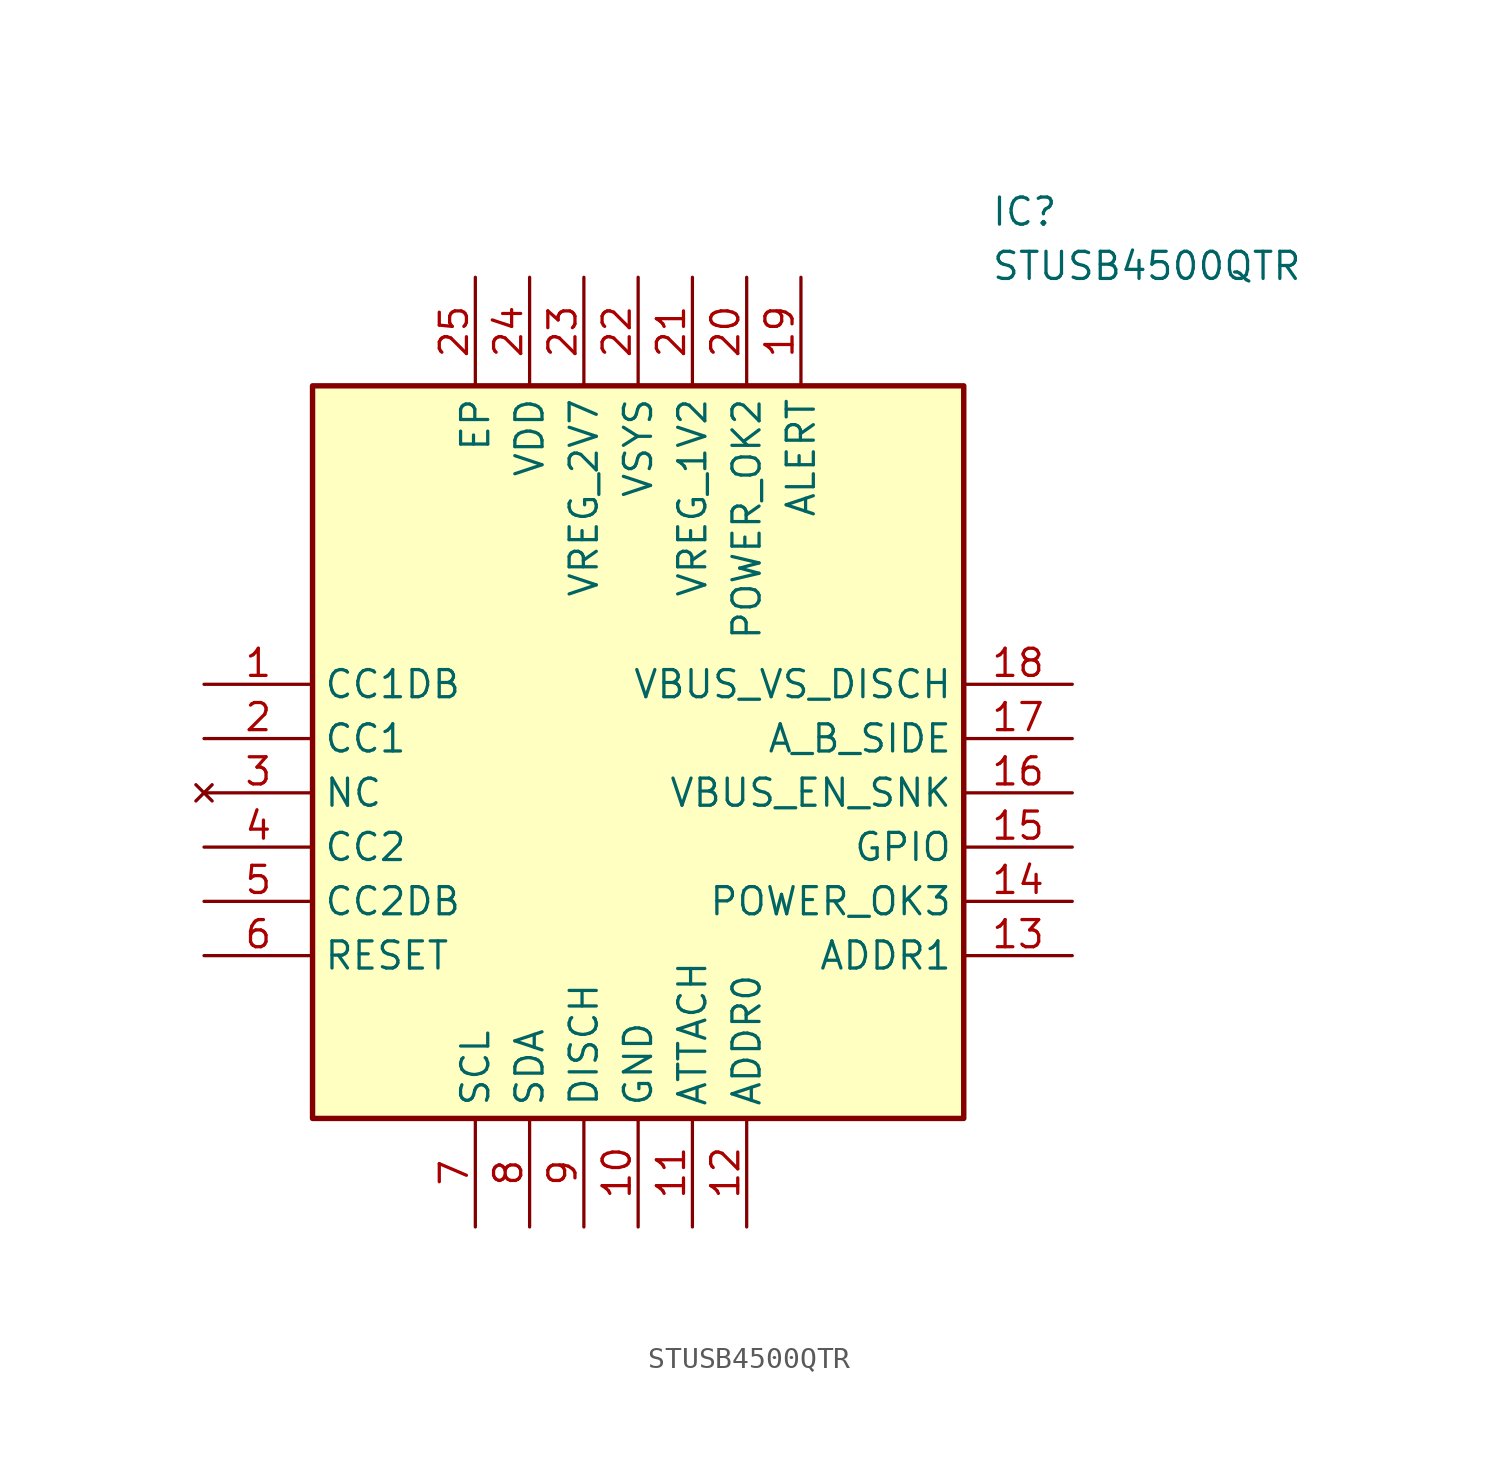
<source format=kicad_sym>
(kicad_symbol_lib
  (version 20220914)
  (generator kicad_symbol_editor)
  (symbol "STUSB4500QTR"
    (property "Reference" "IC"
      (at 36.83 22.86 0)
      (effects (font (size 1.27 1.27)) (justify left top)))
    (property "Value" "STUSB4500QTR"
      (at 36.83 20.32 0)
      (effects (font (size 1.27 1.27)) (justify left top)))
    (symbol "STUSB4500QTR_1_1"
      (rectangle (start 5.08 13.97) (end 35.56 -20.32) (stroke (width 0.254) (type default)) (fill (type background)))
      (pin passive line (at 0 0 0) (length 5.08) (name "CC1DB" (effects (font (size 1.27 1.27)))) (number "1" (effects (font (size 1.27 1.27)))))
      (pin passive line (at 20.32 -25.4 90) (length 5.08) (name "GND" (effects (font (size 1.27 1.27)))) (number "10" (effects (font (size 1.27 1.27)))))
      (pin passive line (at 22.86 -25.4 90) (length 5.08) (name "ATTACH" (effects (font (size 1.27 1.27)))) (number "11" (effects (font (size 1.27 1.27)))))
      (pin passive line (at 25.4 -25.4 90) (length 5.08) (name "ADDR0" (effects (font (size 1.27 1.27)))) (number "12" (effects (font (size 1.27 1.27)))))
      (pin passive line (at 40.64 -12.7 180) (length 5.08) (name "ADDR1" (effects (font (size 1.27 1.27)))) (number "13" (effects (font (size 1.27 1.27)))))
      (pin passive line (at 40.64 -10.16 180) (length 5.08) (name "POWER_OK3" (effects (font (size 1.27 1.27)))) (number "14" (effects (font (size 1.27 1.27)))))
      (pin passive line (at 40.64 -7.62 180) (length 5.08) (name "GPIO" (effects (font (size 1.27 1.27)))) (number "15" (effects (font (size 1.27 1.27)))))
      (pin passive line (at 40.64 -5.08 180) (length 5.08) (name "VBUS_EN_SNK" (effects (font (size 1.27 1.27)))) (number "16" (effects (font (size 1.27 1.27)))))
      (pin passive line (at 40.64 -2.54 180) (length 5.08) (name "A_B_SIDE" (effects (font (size 1.27 1.27)))) (number "17" (effects (font (size 1.27 1.27)))))
      (pin passive line (at 40.64 0 180) (length 5.08) (name "VBUS_VS_DISCH" (effects (font (size 1.27 1.27)))) (number "18" (effects (font (size 1.27 1.27)))))
      (pin passive line (at 27.94 19.05 270) (length 5.08) (name "ALERT" (effects (font (size 1.27 1.27)))) (number "19" (effects (font (size 1.27 1.27)))))
      (pin passive line (at 0 -2.54 0) (length 5.08) (name "CC1" (effects (font (size 1.27 1.27)))) (number "2" (effects (font (size 1.27 1.27)))))
      (pin passive line (at 25.4 19.05 270) (length 5.08) (name "POWER_OK2" (effects (font (size 1.27 1.27)))) (number "20" (effects (font (size 1.27 1.27)))))
      (pin passive line (at 22.86 19.05 270) (length 5.08) (name "VREG_1V2" (effects (font (size 1.27 1.27)))) (number "21" (effects (font (size 1.27 1.27)))))
      (pin passive line (at 20.32 19.05 270) (length 5.08) (name "VSYS" (effects (font (size 1.27 1.27)))) (number "22" (effects (font (size 1.27 1.27)))))
      (pin passive line (at 17.78 19.05 270) (length 5.08) (name "VREG_2V7" (effects (font (size 1.27 1.27)))) (number "23" (effects (font (size 1.27 1.27)))))
      (pin passive line (at 15.24 19.05 270) (length 5.08) (name "VDD" (effects (font (size 1.27 1.27)))) (number "24" (effects (font (size 1.27 1.27)))))
      (pin passive line (at 12.7 19.05 270) (length 5.08) (name "EP" (effects (font (size 1.27 1.27)))) (number "25" (effects (font (size 1.27 1.27)))))
      (pin no_connect line (at 0 -5.08 0) (length 5.08) (name "NC" (effects (font (size 1.27 1.27)))) (number "3" (effects (font (size 1.27 1.27)))))
      (pin passive line (at 0 -7.62 0) (length 5.08) (name "CC2" (effects (font (size 1.27 1.27)))) (number "4" (effects (font (size 1.27 1.27)))))
      (pin passive line (at 0 -10.16 0) (length 5.08) (name "CC2DB" (effects (font (size 1.27 1.27)))) (number "5" (effects (font (size 1.27 1.27)))))
      (pin passive line (at 0 -12.7 0) (length 5.08) (name "RESET" (effects (font (size 1.27 1.27)))) (number "6" (effects (font (size 1.27 1.27)))))
      (pin passive line (at 12.7 -25.4 90) (length 5.08) (name "SCL" (effects (font (size 1.27 1.27)))) (number "7" (effects (font (size 1.27 1.27)))))
      (pin passive line (at 15.24 -25.4 90) (length 5.08) (name "SDA" (effects (font (size 1.27 1.27)))) (number "8" (effects (font (size 1.27 1.27)))))
      (pin passive line (at 17.78 -25.4 90) (length 5.08) (name "DISCH" (effects (font (size 1.27 1.27)))) (number "9" (effects (font (size 1.27 1.27))))))))
</source>
